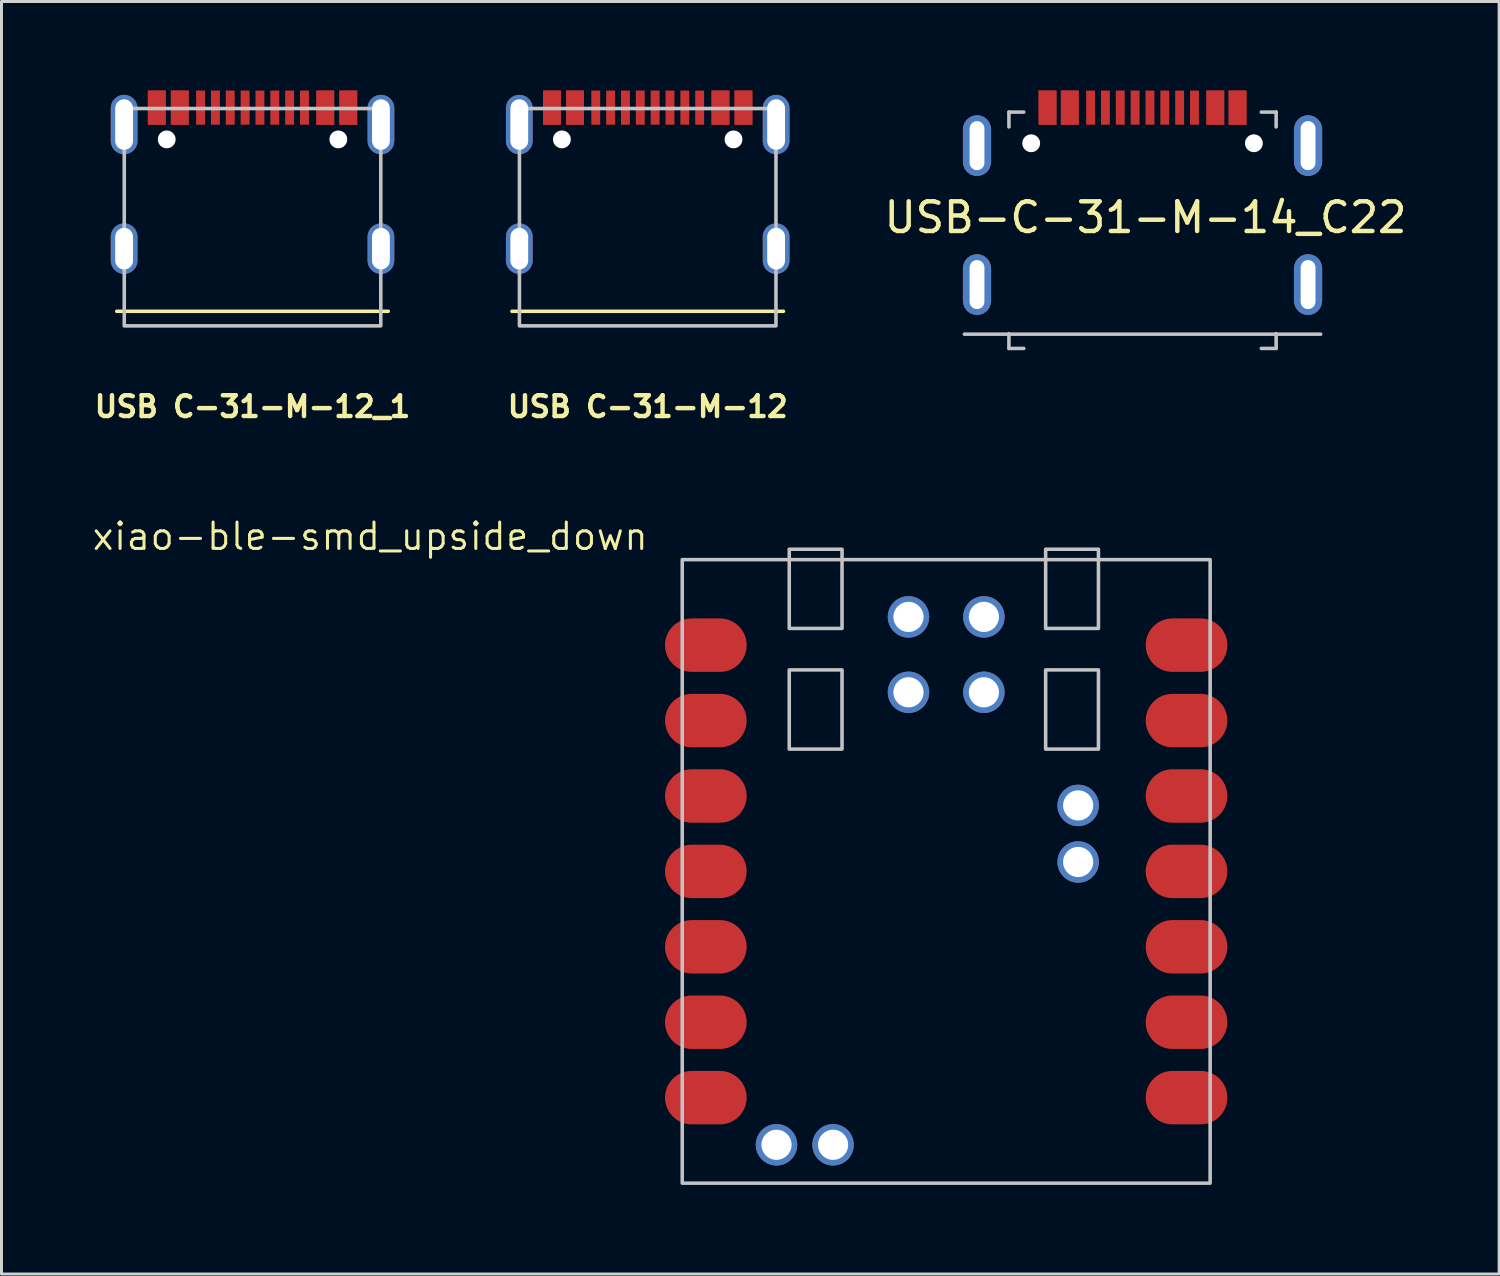
<source format=kicad_pcb>
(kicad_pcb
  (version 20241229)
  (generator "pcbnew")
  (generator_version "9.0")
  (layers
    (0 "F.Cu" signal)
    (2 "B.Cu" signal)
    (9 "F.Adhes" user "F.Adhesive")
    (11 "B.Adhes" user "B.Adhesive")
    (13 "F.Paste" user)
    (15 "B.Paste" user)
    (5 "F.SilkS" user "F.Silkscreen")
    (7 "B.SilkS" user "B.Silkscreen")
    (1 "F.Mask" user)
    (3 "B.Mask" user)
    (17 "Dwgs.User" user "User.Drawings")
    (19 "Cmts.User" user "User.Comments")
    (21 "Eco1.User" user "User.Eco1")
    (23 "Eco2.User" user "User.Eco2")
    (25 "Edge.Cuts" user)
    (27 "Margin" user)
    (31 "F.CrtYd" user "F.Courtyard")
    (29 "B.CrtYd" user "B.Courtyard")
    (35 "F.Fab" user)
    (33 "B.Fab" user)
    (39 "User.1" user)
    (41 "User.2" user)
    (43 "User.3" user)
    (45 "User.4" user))
  (footprint "USB C-31-M-12_1"
    (layer "F.Cu")
    (at 5.455 1.645)
    (property "Reference" "USB C-31-M-12_1" (at 0 9 0) (layer "F.SilkS") (effects (font (size 0.7 0.7) (thickness 0.15))))
    (attr through_hole)
    (fp_line (start -4.572 5.79) (end 4.572 5.79) (stroke (width 0.12) (type solid)) (layer "F.SilkS"))
    (fp_rect (start -4.32 -1.04) (end 4.32 6.28) (stroke (width 0.12) (type solid)) (fill no) (layer "Dwgs.User"))
    (pad "" np_thru_hole circle (at -2.89 0) (size 0.6 0.6) (drill 0.6) (layers "*.Cu" "*.Mask"))
    (pad "" np_thru_hole circle (at 2.89 0) (size 0.6 0.6) (drill 0.6) (layers "*.Cu" "*.Mask"))
    (pad "A1" smd rect (at -3.225 -1.07 180) (size 0.6 1.15) (layers "F.Cu" "F.Mask" "F.Paste"))
    (pad "A4" smd rect (at -2.45 -1.07 180) (size 0.6 1.15) (layers "F.Cu" "F.Mask" "F.Paste"))
    (pad "A5" smd rect (at -1.25 -1.07 180) (size 0.3 1.15) (layers "F.Cu" "F.Mask" "F.Paste"))
    (pad "A6" smd rect (at -0.25 -1.07 180) (size 0.3 1.15) (layers "F.Cu" "F.Mask" "F.Paste"))
    (pad "A7" smd rect (at 0.25 -1.07 180) (size 0.3 1.15) (layers "F.Cu" "F.Mask" "F.Paste"))
    (pad "A8" smd rect (at 1.25 -1.07 180) (size 0.3 1.15) (layers "F.Cu" "F.Mask" "F.Paste"))
    (pad "A9" smd rect (at 2.45 -1.07 180) (size 0.6 1.15) (layers "F.Cu" "F.Mask" "F.Paste"))
    (pad "A12" smd rect (at 3.225 -1.07 180) (size 0.6 1.15) (layers "F.Cu" "F.Mask" "F.Paste"))
    (pad "B1" smd rect (at 3.225 -1.07 180) (size 0.6 1.15) (layers "F.Cu" "F.Mask" "F.Paste"))
    (pad "B4" smd rect (at 2.45 -1.07 180) (size 0.6 1.15) (layers "F.Cu" "F.Mask" "F.Paste"))
    (pad "B5" smd rect (at 1.75 -1.07 180) (size 0.3 1.15) (layers "F.Cu" "F.Mask" "F.Paste"))
    (pad "B6" smd rect (at 0.75 -1.07 180) (size 0.3 1.15) (layers "F.Cu" "F.Mask" "F.Paste"))
    (pad "B7" smd rect (at -0.75 -1.07 180) (size 0.3 1.15) (layers "F.Cu" "F.Mask" "F.Paste"))
    (pad "B8" smd rect (at -1.75 -1.07 180) (size 0.3 1.15) (layers "F.Cu" "F.Mask" "F.Paste"))
    (pad "B9" smd rect (at -2.45 -1.07 180) (size 0.6 1.15) (layers "F.Cu" "F.Mask" "F.Paste"))
    (pad "B12" smd rect (at -3.225 -1.07 180) (size 0.6 1.15) (layers "F.Cu" "F.Mask" "F.Paste"))
    (pad "S1" thru_hole oval (at -4.325 -0.5 180) (size 0.9 2) (drill oval 0.6 1.7) (layers "*.Cu" "*.Mask"))
    (pad "S1" thru_hole oval (at -4.325 3.68 180) (size 0.9 1.7) (drill oval 0.6 1.4) (layers "*.Cu" "*.Mask"))
    (pad "S1" thru_hole oval (at 4.325 -0.5 180) (size 0.9 2) (drill oval 0.6 1.7) (layers "*.Cu" "*.Mask"))
    (pad "S1" thru_hole oval (at 4.325 3.68 180) (size 0.9 1.7) (drill oval 0.6 1.4) (layers "*.Cu" "*.Mask")))
  (footprint "USB-C-31-M-14_C22"
    (layer "F.Cu")
    (at 35.431 1.775)
    (property "Reference" "USB-C-31-M-14_C22" (at 0.1 2.5 0) (unlocked yes) (layer "F.SilkS") (effects (font (size 1 1) (thickness 0.15))))
    (attr smd)
    (fp_line (start -6 6.43) (end 6 6.43) (stroke (width 0.12) (type solid)) (layer "Dwgs.User"))
    (fp_line (start -4.5 -1.05) (end -4.5 -0.55) (stroke (width 0.12) (type solid)) (layer "Dwgs.User"))
    (fp_line (start -4.5 -1.05) (end -4 -1.05) (stroke (width 0.12) (type solid)) (layer "Dwgs.User"))
    (fp_line (start -4.5 6.91) (end -4.5 6.41) (stroke (width 0.12) (type solid)) (layer "Dwgs.User"))
    (fp_line (start -4.5 6.91) (end -4 6.91) (stroke (width 0.12) (type solid)) (layer "Dwgs.User"))
    (fp_line (start 4 -1.05) (end 4.5 -1.05) (stroke (width 0.12) (type solid)) (layer "Dwgs.User"))
    (fp_line (start 4 6.91) (end 4.5 6.91) (stroke (width 0.12) (type solid)) (layer "Dwgs.User"))
    (fp_line (start 4.5 -1.05) (end 4.5 -0.55) (stroke (width 0.12) (type solid)) (layer "Dwgs.User"))
    (fp_line (start 4.5 6.91) (end 4.5 6.41) (stroke (width 0.12) (type solid)) (layer "Dwgs.User"))
    (pad "" np_thru_hole circle (at -3.75 0) (size 0.6 0.6) (drill 0.6) (layers "*.Cu" "*.Mask"))
    (pad "" np_thru_hole circle (at 3.75 0) (size 0.6 0.6) (drill 0.6) (layers "*.Cu" "*.Mask"))
    (pad "A1" smd rect (at -3.2 -1.2 180) (size 0.6 1.15) (layers "F.Cu" "F.Mask" "F.Paste"))
    (pad "A4" smd rect (at -2.45 -1.2 180) (size 0.6 1.15) (layers "F.Cu" "F.Mask" "F.Paste"))
    (pad "A5" smd rect (at -1.25 -1.2 180) (size 0.3 1.15) (layers "F.Cu" "F.Mask" "F.Paste"))
    (pad "A6" smd rect (at -0.25 -1.2 180) (size 0.3 1.15) (layers "F.Cu" "F.Mask" "F.Paste"))
    (pad "A7" smd rect (at 0.25 -1.2 180) (size 0.3 1.15) (layers "F.Cu" "F.Mask" "F.Paste"))
    (pad "A8" smd rect (at 1.25 -1.2 180) (size 0.3 1.15) (layers "F.Cu" "F.Mask" "F.Paste"))
    (pad "A9" smd rect (at 2.45 -1.2 180) (size 0.6 1.15) (layers "F.Cu" "F.Mask" "F.Paste"))
    (pad "A12" smd rect (at 3.2 -1.2 180) (size 0.6 1.15) (layers "F.Cu" "F.Mask" "F.Paste"))
    (pad "B1" smd rect (at 3.2 -1.2 180) (size 0.6 1.15) (layers "F.Cu" "F.Mask" "F.Paste"))
    (pad "B4" smd rect (at 2.45 -1.2 180) (size 0.6 1.15) (layers "F.Cu" "F.Mask" "F.Paste"))
    (pad "B5" smd rect (at 1.75 -1.2 180) (size 0.3 1.15) (layers "F.Cu" "F.Mask" "F.Paste"))
    (pad "B6" smd rect (at 0.75 -1.2 180) (size 0.3 1.15) (layers "F.Cu" "F.Mask" "F.Paste"))
    (pad "B7" smd rect (at -0.75 -1.2 180) (size 0.3 1.15) (layers "F.Cu" "F.Mask" "F.Paste"))
    (pad "B8" smd rect (at -1.75 -1.2 180) (size 0.3 1.15) (layers "F.Cu" "F.Mask" "F.Paste"))
    (pad "B9" smd rect (at -2.45 -1.2 180) (size 0.6 1.15) (layers "F.Cu" "F.Mask" "F.Paste"))
    (pad "B12" smd rect (at -3.2 -1.2 180) (size 0.6 1.15) (layers "F.Cu" "F.Mask" "F.Paste"))
    (pad "S1" thru_hole roundrect (at -5.575 0.08) (size 0.95 2.05) (drill oval 0.5 1.65) (layers "*.Cu" "*.Mask") (roundrect_rratio 0.5))
    (pad "S1" thru_hole roundrect (at -5.575 4.76) (size 0.95 2.05) (drill oval 0.5 1.65) (layers "*.Cu" "*.Mask") (roundrect_rratio 0.5))
    (pad "S1" thru_hole roundrect (at 5.575 0.08) (size 0.95 2.05) (drill oval 0.5 1.65) (layers "*.Cu" "*.Mask") (roundrect_rratio 0.5))
    (pad "S1" thru_hole roundrect (at 5.575 4.76) (size 0.95 2.05) (drill oval 0.5 1.65) (layers "*.Cu" "*.Mask") (roundrect_rratio 0.5)))
  (footprint "xiao-ble-smd_upside_down"
    (layer "F.Cu")
    (at 28.818 26.299)
    (property "Reference" "xiao-ble-smd_upside_down" (at -19.399 -11.283 0) (layer "F.SilkS") (effects (font (size 0.889 0.889) (thickness 0.102))))
    (attr smd exclude_from_pos_files)
    (fp_rect (start -8.89 10.5) (end 8.89 -10.5) (stroke (width 0.12) (type solid)) (fill no) (layer "Dwgs.User"))
    (fp_rect (start -5.286 -6.786) (end -3.508 -4.119) (stroke (width 0.12) (type solid)) (fill no) (layer "Dwgs.User"))
    (fp_rect (start -3.508 -8.183) (end -5.286 -10.85) (stroke (width 0.12) (type solid)) (fill no) (layer "Dwgs.User"))
    (fp_rect (start 3.35 -10.85) (end 5.128 -8.183) (stroke (width 0.12) (type solid)) (fill no) (layer "Dwgs.User"))
    (fp_rect (start 3.35 -6.786) (end 5.128 -4.119) (stroke (width 0.12) (type solid)) (fill no) (layer "Dwgs.User"))
    (pad "1" smd oval (at 8.57 -7.62) (size 2.75 1.8) (drill (offset -0.475 0)) (layers "F.Cu" "F.Mask" "F.Paste"))
    (pad "2" smd oval (at 8.57 -5.08) (size 2.75 1.8) (drill (offset -0.475 0)) (layers "F.Cu" "F.Mask" "F.Paste"))
    (pad "3" smd oval (at 8.57 -2.54) (size 2.75 1.8) (drill (offset -0.475 0)) (layers "F.Cu" "F.Mask" "F.Paste"))
    (pad "4" smd oval (at 8.57 0) (size 2.75 1.8) (drill (offset -0.475 0)) (layers "F.Cu" "F.Mask" "F.Paste"))
    (pad "5" smd oval (at 8.57 2.54) (size 2.75 1.8) (drill (offset -0.475 0)) (layers "F.Cu" "F.Mask" "F.Paste"))
    (pad "6" smd oval (at 8.57 5.08) (size 2.75 1.8) (drill (offset -0.475 0)) (layers "F.Cu" "F.Mask" "F.Paste"))
    (pad "7" smd oval (at 8.57 7.62) (size 2.75 1.8) (drill (offset -0.475 0)) (layers "F.Cu" "F.Mask" "F.Paste"))
    (pad "8" smd oval (at -8.57 7.62 180) (size 2.75 1.8) (drill (offset -0.475 0)) (layers "F.Cu" "F.Mask" "F.Paste"))
    (pad "9" smd oval (at -8.57 5.08 180) (size 2.75 1.8) (drill (offset -0.475 0)) (layers "F.Cu" "F.Mask" "F.Paste"))
    (pad "10" smd oval (at -8.57 2.54 180) (size 2.75 1.8) (drill (offset -0.475 0)) (layers "F.Cu" "F.Mask" "F.Paste"))
    (pad "11" smd oval (at -8.57 0 180) (size 2.75 1.8) (drill (offset -0.475 0)) (layers "F.Cu" "F.Mask" "F.Paste"))
    (pad "12" smd oval (at -8.57 -2.54 180) (size 2.75 1.8) (drill (offset -0.475 0)) (layers "F.Cu" "F.Mask" "F.Paste"))
    (pad "13" smd oval (at -8.57 -5.08 180) (size 2.75 1.8) (drill (offset -0.475 0)) (layers "F.Cu" "F.Mask" "F.Paste"))
    (pad "14" smd oval (at -8.57 -7.62 180) (size 2.75 1.8) (drill (offset -0.475 0)) (layers "F.Cu" "F.Mask" "F.Paste"))
    (pad "15" thru_hole circle (at 1.27 -8.572 90) (size 1.397 1.397) (drill 1.016) (layers "*.Cu" "*.Mask"))
    (pad "16" thru_hole circle (at -1.27 -8.572 90) (size 1.397 1.397) (drill 1.016) (layers "*.Cu" "*.Mask"))
    (pad "17" thru_hole circle (at 1.27 -6.032 90) (size 1.397 1.397) (drill 1.016) (layers "*.Cu" "*.Mask"))
    (pad "18" thru_hole circle (at -1.27 -6.032 90) (size 1.397 1.397) (drill 1.016) (layers "*.Cu" "*.Mask"))
    (pad "19" thru_hole circle (at 4.445 -0.317 180) (size 1.397 1.397) (drill 1.016) (layers "*.Cu" "*.Mask"))
    (pad "20" thru_hole circle (at 4.445 -2.222 180) (size 1.397 1.397) (drill 1.016) (layers "*.Cu" "*.Mask"))
    (pad "21" thru_hole circle (at -3.81 9.208 180) (size 1.397 1.397) (drill 1.016) (layers "*.Cu" "*.Mask"))
    (pad "22" thru_hole circle (at -5.715 9.208 180) (size 1.397 1.397) (drill 1.016) (layers "*.Cu" "*.Mask")))
  (footprint "USB C-31-M-12"
    (layer "F.Cu")
    (at 18.765 1.645)
    (property "Reference" "USB C-31-M-12" (at 0 9 0) (layer "F.SilkS") (effects (font (size 0.7 0.7) (thickness 0.15))))
    (attr through_hole)
    (fp_line (start -4.572 5.79) (end 4.572 5.79) (stroke (width 0.12) (type solid)) (layer "F.SilkS"))
    (fp_rect (start -4.32 -1.04) (end 4.32 6.28) (stroke (width 0.12) (type solid)) (fill no) (layer "Dwgs.User"))
    (pad "" np_thru_hole circle (at -2.89 0) (size 0.6 0.6) (drill 0.6) (layers "*.Cu" "*.Mask"))
    (pad "" np_thru_hole circle (at 2.89 0) (size 0.6 0.6) (drill 0.6) (layers "*.Cu" "*.Mask"))
    (pad "A1" smd rect (at -3.225 -1.07 180) (size 0.6 1.15) (layers "F.Cu" "F.Mask" "F.Paste"))
    (pad "A4" smd rect (at -2.45 -1.07 180) (size 0.6 1.15) (layers "F.Cu" "F.Mask" "F.Paste"))
    (pad "A5" smd rect (at -1.25 -1.07 180) (size 0.3 1.15) (layers "F.Cu" "F.Mask" "F.Paste"))
    (pad "A6" smd rect (at -0.25 -1.07 180) (size 0.3 1.15) (layers "F.Cu" "F.Mask" "F.Paste"))
    (pad "A7" smd rect (at 0.25 -1.07 180) (size 0.3 1.15) (layers "F.Cu" "F.Mask" "F.Paste"))
    (pad "A8" smd rect (at 1.25 -1.07 180) (size 0.3 1.15) (layers "F.Cu" "F.Mask" "F.Paste"))
    (pad "A9" smd rect (at 2.45 -1.07 180) (size 0.6 1.15) (layers "F.Cu" "F.Mask" "F.Paste"))
    (pad "A12" smd rect (at 3.225 -1.07 180) (size 0.6 1.15) (layers "F.Cu" "F.Mask" "F.Paste"))
    (pad "B1" smd rect (at 3.225 -1.07 180) (size 0.6 1.15) (layers "F.Cu" "F.Mask" "F.Paste"))
    (pad "B4" smd rect (at 2.45 -1.07 180) (size 0.6 1.15) (layers "F.Cu" "F.Mask" "F.Paste"))
    (pad "B5" smd rect (at 1.75 -1.07 180) (size 0.3 1.15) (layers "F.Cu" "F.Mask" "F.Paste"))
    (pad "B6" smd rect (at 0.75 -1.07 180) (size 0.3 1.15) (layers "F.Cu" "F.Mask" "F.Paste"))
    (pad "B7" smd rect (at -0.75 -1.07 180) (size 0.3 1.15) (layers "F.Cu" "F.Mask" "F.Paste"))
    (pad "B8" smd rect (at -1.75 -1.07 180) (size 0.3 1.15) (layers "F.Cu" "F.Mask" "F.Paste"))
    (pad "B9" smd rect (at -2.45 -1.07 180) (size 0.6 1.15) (layers "F.Cu" "F.Mask" "F.Paste"))
    (pad "B12" smd rect (at -3.225 -1.07 180) (size 0.6 1.15) (layers "F.Cu" "F.Mask" "F.Paste"))
    (pad "S1" thru_hole oval (at -4.325 -0.5 180) (size 0.9 2) (drill oval 0.6 1.7) (layers "*.Cu" "*.Mask"))
    (pad "S1" thru_hole oval (at -4.325 3.68 180) (size 0.9 1.7) (drill oval 0.6 1.4) (layers "*.Cu" "*.Mask"))
    (pad "S1" thru_hole oval (at 4.325 -0.5 180) (size 0.9 2) (drill oval 0.6 1.7) (layers "*.Cu" "*.Mask"))
    (pad "S1" thru_hole oval (at 4.325 3.68 180) (size 0.9 1.7) (drill oval 0.6 1.4) (layers "*.Cu" "*.Mask")))
  (gr_rect
    (start -3 -3)
    (end 47.441 39.859)
    (stroke (width 0.1) (type default))
    (fill no)
    (layer "Edge.Cuts")))
</source>
